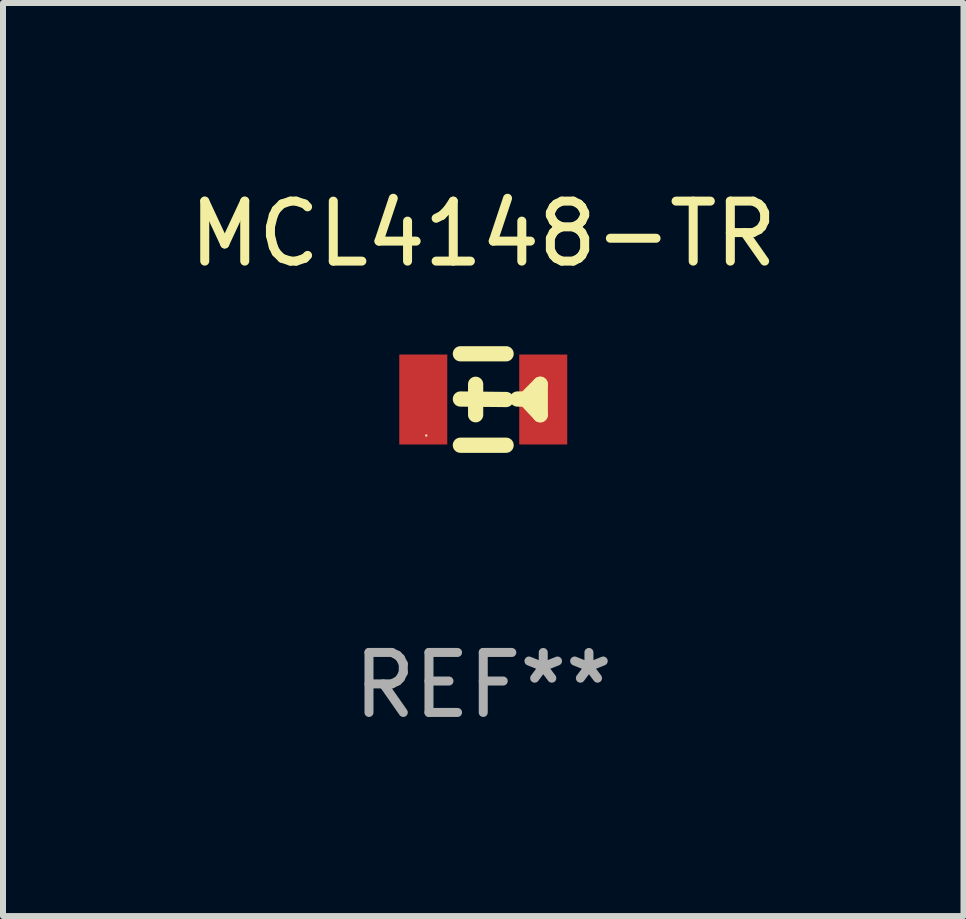
<source format=kicad_pcb>
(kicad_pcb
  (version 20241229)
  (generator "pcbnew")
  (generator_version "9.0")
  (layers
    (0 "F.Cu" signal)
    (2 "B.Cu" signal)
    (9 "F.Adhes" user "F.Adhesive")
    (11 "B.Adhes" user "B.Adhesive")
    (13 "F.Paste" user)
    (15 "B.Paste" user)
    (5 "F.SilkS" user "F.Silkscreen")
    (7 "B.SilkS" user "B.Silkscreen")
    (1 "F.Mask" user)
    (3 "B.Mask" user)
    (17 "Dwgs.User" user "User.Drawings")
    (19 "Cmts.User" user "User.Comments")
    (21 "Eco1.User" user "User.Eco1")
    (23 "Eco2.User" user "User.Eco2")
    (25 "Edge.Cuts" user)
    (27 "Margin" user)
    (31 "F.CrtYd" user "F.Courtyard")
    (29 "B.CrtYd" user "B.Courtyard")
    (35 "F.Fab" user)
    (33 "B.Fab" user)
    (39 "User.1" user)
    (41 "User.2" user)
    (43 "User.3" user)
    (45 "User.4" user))
  (footprint "MCL4148-TR"
    (layer "F.Cu")
    (at 5.006 3.61)
    (property "Reference" "MCL4148-TR" (at 0 -2.762 0) (layer "F.SilkS") (effects (font (size 1 1) (thickness 0.15))))
    (attr through_hole)
    (fp_line (start -0.381 -0.762) (end 0.381 -0.762) (stroke (width 0.254) (type solid)) (layer "F.SilkS"))
    (fp_line (start -0.381 0.762) (end 0.381 0.762) (stroke (width 0.254) (type solid)) (layer "F.SilkS"))
    (fp_line (start -0.127 -0.254) (end -0.127 0.254) (stroke (width 0.254) (type solid)) (layer "F.SilkS"))
    (fp_line (start 0.381 0) (end -0.381 -0.008) (stroke (width 0.254) (type solid)) (layer "F.SilkS"))
    (fp_line (start 0.569 -0.008) (end 0.704 -0.008) (stroke (width 0.254) (type solid)) (layer "F.SilkS"))
    (fp_line (start 0.704 -0.008) (end 0.95 -0.254) (stroke (width 0.254) (type solid)) (layer "F.SilkS"))
    (fp_line (start 0.95 -0.254) (end 0.95 0.254) (stroke (width 0.254) (type solid)) (layer "F.SilkS"))
    (fp_line (start 0.95 0.254) (end 0.704 -0.008) (stroke (width 0.254) (type solid)) (layer "F.SilkS"))
    (fp_circle (center -0.95 0.6) (end -0.94 0.6) (stroke (width 0.02) (type solid)) (fill no) (layer "F.SilkS"))
    (fp_text user "REF**" (at 0 4.762 0) (layer "F.Fab") (effects (font (size 1 1) (thickness 0.15))))
    (pad "1" smd rect (at -1 0) (size 0.8 1.5) (layers "F.Cu" "F.Mask" "F.Paste"))
    (pad "2" smd rect (at 1 0) (size 0.8 1.5) (layers "F.Cu" "F.Mask" "F.Paste")))
  (gr_rect
    (start -3 -3)
    (end 13.012 12.221)
    (stroke (width 0.1) (type default))
    (fill no)
    (layer "Edge.Cuts")))
</source>
